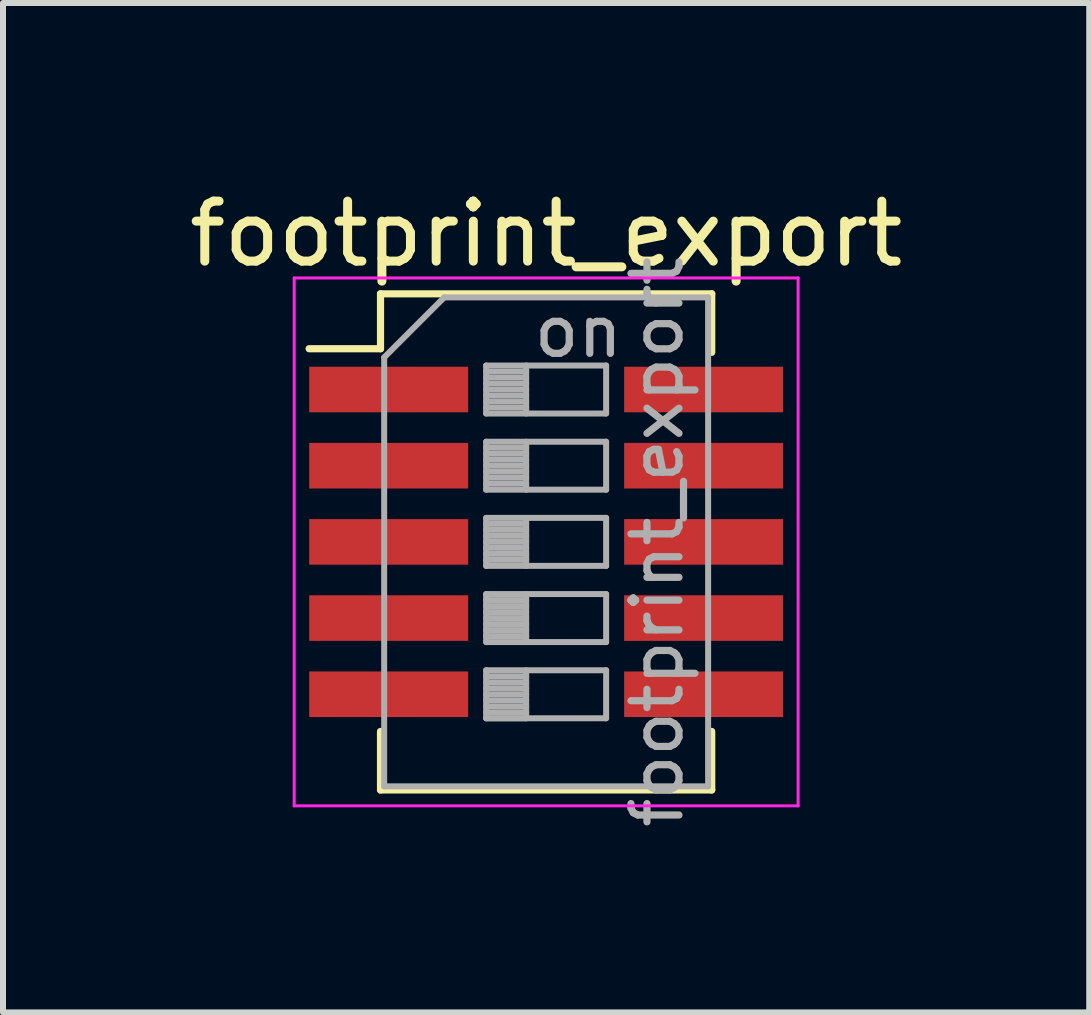
<source format=kicad_pcb>
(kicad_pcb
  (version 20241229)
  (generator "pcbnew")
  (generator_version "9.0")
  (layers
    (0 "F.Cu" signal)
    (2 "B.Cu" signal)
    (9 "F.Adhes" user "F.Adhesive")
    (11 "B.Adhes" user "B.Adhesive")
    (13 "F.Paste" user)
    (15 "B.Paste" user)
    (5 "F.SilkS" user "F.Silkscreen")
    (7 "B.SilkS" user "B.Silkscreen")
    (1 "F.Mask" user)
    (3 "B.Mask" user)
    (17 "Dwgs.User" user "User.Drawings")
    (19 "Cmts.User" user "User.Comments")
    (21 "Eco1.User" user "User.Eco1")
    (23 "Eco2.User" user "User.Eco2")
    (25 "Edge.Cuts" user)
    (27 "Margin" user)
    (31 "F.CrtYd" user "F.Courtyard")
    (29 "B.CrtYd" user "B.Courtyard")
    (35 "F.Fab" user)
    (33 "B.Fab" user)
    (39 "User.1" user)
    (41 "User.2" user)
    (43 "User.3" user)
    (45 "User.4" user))
  (footprint "footprint_export"
    (layer "F.Cu")
    (at 6.054 5.983)
    (property "Reference" "footprint_export" (at 0 -5.135 0) (layer "F.SilkS") (effects (font (size 1 1) (thickness 0.15))))
    (attr smd)
    (fp_line (start -3.951 -3.22) (end -2.761 -3.22) (stroke (width 0.12) (type solid)) (layer "F.SilkS"))
    (fp_line (start -2.761 -4.135) (end -2.761 -3.22) (stroke (width 0.12) (type solid)) (layer "F.SilkS"))
    (fp_line (start -2.761 -4.135) (end 2.76 -4.135) (stroke (width 0.12) (type solid)) (layer "F.SilkS"))
    (fp_line (start -2.761 3.16) (end -2.761 4.135) (stroke (width 0.12) (type solid)) (layer "F.SilkS"))
    (fp_line (start -2.761 4.135) (end 2.76 4.135) (stroke (width 0.12) (type solid)) (layer "F.SilkS"))
    (fp_line (start 2.76 -4.135) (end 2.76 -3.16) (stroke (width 0.12) (type solid)) (layer "F.SilkS"))
    (fp_line (start 2.76 3.16) (end 2.76 4.135) (stroke (width 0.12) (type solid)) (layer "F.SilkS"))
    (fp_line (start -4.2 -4.4) (end -4.2 4.4) (stroke (width 0.05) (type solid)) (layer "F.CrtYd"))
    (fp_line (start -4.2 4.4) (end 4.2 4.4) (stroke (width 0.05) (type solid)) (layer "F.CrtYd"))
    (fp_line (start 4.2 -4.4) (end -4.2 -4.4) (stroke (width 0.05) (type solid)) (layer "F.CrtYd"))
    (fp_line (start 4.2 4.4) (end 4.2 -4.4) (stroke (width 0.05) (type solid)) (layer "F.CrtYd"))
    (fp_line (start -2.7 -3.075) (end -1.7 -4.075) (stroke (width 0.1) (type solid)) (layer "F.Fab"))
    (fp_line (start -2.7 4.075) (end -2.7 -3.075) (stroke (width 0.1) (type solid)) (layer "F.Fab"))
    (fp_line (start -1.7 -4.075) (end 2.7 -4.075) (stroke (width 0.1) (type solid)) (layer "F.Fab"))
    (fp_line (start -1 -2.94) (end -1 -2.14) (stroke (width 0.1) (type solid)) (layer "F.Fab"))
    (fp_line (start -1 -2.84) (end -0.333 -2.84) (stroke (width 0.1) (type solid)) (layer "F.Fab"))
    (fp_line (start -1 -2.74) (end -0.333 -2.74) (stroke (width 0.1) (type solid)) (layer "F.Fab"))
    (fp_line (start -1 -2.64) (end -0.333 -2.64) (stroke (width 0.1) (type solid)) (layer "F.Fab"))
    (fp_line (start -1 -2.54) (end -0.333 -2.54) (stroke (width 0.1) (type solid)) (layer "F.Fab"))
    (fp_line (start -1 -2.44) (end -0.333 -2.44) (stroke (width 0.1) (type solid)) (layer "F.Fab"))
    (fp_line (start -1 -2.34) (end -0.333 -2.34) (stroke (width 0.1) (type solid)) (layer "F.Fab"))
    (fp_line (start -1 -2.24) (end -0.333 -2.24) (stroke (width 0.1) (type solid)) (layer "F.Fab"))
    (fp_line (start -1 -2.14) (end 1 -2.14) (stroke (width 0.1) (type solid)) (layer "F.Fab"))
    (fp_line (start -1 -1.67) (end -1 -0.87) (stroke (width 0.1) (type solid)) (layer "F.Fab"))
    (fp_line (start -1 -1.57) (end -0.333 -1.57) (stroke (width 0.1) (type solid)) (layer "F.Fab"))
    (fp_line (start -1 -1.47) (end -0.333 -1.47) (stroke (width 0.1) (type solid)) (layer "F.Fab"))
    (fp_line (start -1 -1.37) (end -0.333 -1.37) (stroke (width 0.1) (type solid)) (layer "F.Fab"))
    (fp_line (start -1 -1.27) (end -0.333 -1.27) (stroke (width 0.1) (type solid)) (layer "F.Fab"))
    (fp_line (start -1 -1.17) (end -0.333 -1.17) (stroke (width 0.1) (type solid)) (layer "F.Fab"))
    (fp_line (start -1 -1.07) (end -0.333 -1.07) (stroke (width 0.1) (type solid)) (layer "F.Fab"))
    (fp_line (start -1 -0.97) (end -0.333 -0.97) (stroke (width 0.1) (type solid)) (layer "F.Fab"))
    (fp_line (start -1 -0.87) (end 1 -0.87) (stroke (width 0.1) (type solid)) (layer "F.Fab"))
    (fp_line (start -1 -0.4) (end -1 0.4) (stroke (width 0.1) (type solid)) (layer "F.Fab"))
    (fp_line (start -1 -0.3) (end -0.333 -0.3) (stroke (width 0.1) (type solid)) (layer "F.Fab"))
    (fp_line (start -1 -0.2) (end -0.333 -0.2) (stroke (width 0.1) (type solid)) (layer "F.Fab"))
    (fp_line (start -1 -0.1) (end -0.333 -0.1) (stroke (width 0.1) (type solid)) (layer "F.Fab"))
    (fp_line (start -1 0) (end -0.333 0) (stroke (width 0.1) (type solid)) (layer "F.Fab"))
    (fp_line (start -1 0.1) (end -0.333 0.1) (stroke (width 0.1) (type solid)) (layer "F.Fab"))
    (fp_line (start -1 0.2) (end -0.333 0.2) (stroke (width 0.1) (type solid)) (layer "F.Fab"))
    (fp_line (start -1 0.3) (end -0.333 0.3) (stroke (width 0.1) (type solid)) (layer "F.Fab"))
    (fp_line (start -1 0.4) (end 1 0.4) (stroke (width 0.1) (type solid)) (layer "F.Fab"))
    (fp_line (start -1 0.87) (end -1 1.67) (stroke (width 0.1) (type solid)) (layer "F.Fab"))
    (fp_line (start -1 0.97) (end -0.333 0.97) (stroke (width 0.1) (type solid)) (layer "F.Fab"))
    (fp_line (start -1 1.07) (end -0.333 1.07) (stroke (width 0.1) (type solid)) (layer "F.Fab"))
    (fp_line (start -1 1.17) (end -0.333 1.17) (stroke (width 0.1) (type solid)) (layer "F.Fab"))
    (fp_line (start -1 1.27) (end -0.333 1.27) (stroke (width 0.1) (type solid)) (layer "F.Fab"))
    (fp_line (start -1 1.37) (end -0.333 1.37) (stroke (width 0.1) (type solid)) (layer "F.Fab"))
    (fp_line (start -1 1.47) (end -0.333 1.47) (stroke (width 0.1) (type solid)) (layer "F.Fab"))
    (fp_line (start -1 1.57) (end -0.333 1.57) (stroke (width 0.1) (type solid)) (layer "F.Fab"))
    (fp_line (start -1 1.67) (end 1 1.67) (stroke (width 0.1) (type solid)) (layer "F.Fab"))
    (fp_line (start -1 2.14) (end -1 2.94) (stroke (width 0.1) (type solid)) (layer "F.Fab"))
    (fp_line (start -1 2.24) (end -0.333 2.24) (stroke (width 0.1) (type solid)) (layer "F.Fab"))
    (fp_line (start -1 2.34) (end -0.333 2.34) (stroke (width 0.1) (type solid)) (layer "F.Fab"))
    (fp_line (start -1 2.44) (end -0.333 2.44) (stroke (width 0.1) (type solid)) (layer "F.Fab"))
    (fp_line (start -1 2.54) (end -0.333 2.54) (stroke (width 0.1) (type solid)) (layer "F.Fab"))
    (fp_line (start -1 2.64) (end -0.333 2.64) (stroke (width 0.1) (type solid)) (layer "F.Fab"))
    (fp_line (start -1 2.74) (end -0.333 2.74) (stroke (width 0.1) (type solid)) (layer "F.Fab"))
    (fp_line (start -1 2.84) (end -0.333 2.84) (stroke (width 0.1) (type solid)) (layer "F.Fab"))
    (fp_line (start -1 2.94) (end -0.333 2.94) (stroke (width 0.1) (type solid)) (layer "F.Fab"))
    (fp_line (start -1 2.94) (end 1 2.94) (stroke (width 0.1) (type solid)) (layer "F.Fab"))
    (fp_line (start -0.333 -2.94) (end -0.333 -2.14) (stroke (width 0.1) (type solid)) (layer "F.Fab"))
    (fp_line (start -0.333 -1.67) (end -0.333 -0.87) (stroke (width 0.1) (type solid)) (layer "F.Fab"))
    (fp_line (start -0.333 -0.4) (end -0.333 0.4) (stroke (width 0.1) (type solid)) (layer "F.Fab"))
    (fp_line (start -0.333 0.87) (end -0.333 1.67) (stroke (width 0.1) (type solid)) (layer "F.Fab"))
    (fp_line (start -0.333 2.14) (end -0.333 2.94) (stroke (width 0.1) (type solid)) (layer "F.Fab"))
    (fp_line (start 1 -2.94) (end -1 -2.94) (stroke (width 0.1) (type solid)) (layer "F.Fab"))
    (fp_line (start 1 -2.14) (end 1 -2.94) (stroke (width 0.1) (type solid)) (layer "F.Fab"))
    (fp_line (start 1 -1.67) (end -1 -1.67) (stroke (width 0.1) (type solid)) (layer "F.Fab"))
    (fp_line (start 1 -0.87) (end 1 -1.67) (stroke (width 0.1) (type solid)) (layer "F.Fab"))
    (fp_line (start 1 -0.4) (end -1 -0.4) (stroke (width 0.1) (type solid)) (layer "F.Fab"))
    (fp_line (start 1 0.4) (end 1 -0.4) (stroke (width 0.1) (type solid)) (layer "F.Fab"))
    (fp_line (start 1 0.87) (end -1 0.87) (stroke (width 0.1) (type solid)) (layer "F.Fab"))
    (fp_line (start 1 1.67) (end 1 0.87) (stroke (width 0.1) (type solid)) (layer "F.Fab"))
    (fp_line (start 1 2.14) (end -1 2.14) (stroke (width 0.1) (type solid)) (layer "F.Fab"))
    (fp_line (start 1 2.94) (end 1 2.14) (stroke (width 0.1) (type solid)) (layer "F.Fab"))
    (fp_line (start 2.7 -4.075) (end 2.7 4.075) (stroke (width 0.1) (type solid)) (layer "F.Fab"))
    (fp_line (start 2.7 4.075) (end -2.7 4.075) (stroke (width 0.1) (type solid)) (layer "F.Fab"))
    (fp_text user "${REFERENCE}" (at 1.85 0 90) (layer "F.Fab") (effects (font (size 0.8 0.8) (thickness 0.12))))
    (fp_text user "on" (at 0.537 -3.507 0) (layer "F.Fab") (effects (font (size 0.8 0.8) (thickness 0.12))))
    (pad "1" smd rect (at -2.625 -2.54) (size 2.65 0.76) (layers "F.Cu" "F.Mask" "F.Paste"))
    (pad "2" smd rect (at -2.625 -1.27) (size 2.65 0.76) (layers "F.Cu" "F.Mask" "F.Paste"))
    (pad "3" smd rect (at -2.625 0) (size 2.65 0.76) (layers "F.Cu" "F.Mask" "F.Paste"))
    (pad "4" smd rect (at -2.625 1.27) (size 2.65 0.76) (layers "F.Cu" "F.Mask" "F.Paste"))
    (pad "5" smd rect (at -2.625 2.54) (size 2.65 0.76) (layers "F.Cu" "F.Mask" "F.Paste"))
    (pad "6" smd rect (at 2.625 2.54) (size 2.65 0.76) (layers "F.Cu" "F.Mask" "F.Paste"))
    (pad "7" smd rect (at 2.625 1.27) (size 2.65 0.76) (layers "F.Cu" "F.Mask" "F.Paste"))
    (pad "8" smd rect (at 2.625 0) (size 2.65 0.76) (layers "F.Cu" "F.Mask" "F.Paste"))
    (pad "9" smd rect (at 2.625 -1.27) (size 2.65 0.76) (layers "F.Cu" "F.Mask" "F.Paste"))
    (pad "10" smd rect (at 2.625 -2.54) (size 2.65 0.76) (layers "F.Cu" "F.Mask" "F.Paste")))
  (gr_rect
    (start -3 -3)
    (end 15.107 13.826)
    (stroke (width 0.1) (type default))
    (fill no)
    (layer "Edge.Cuts")))
</source>
